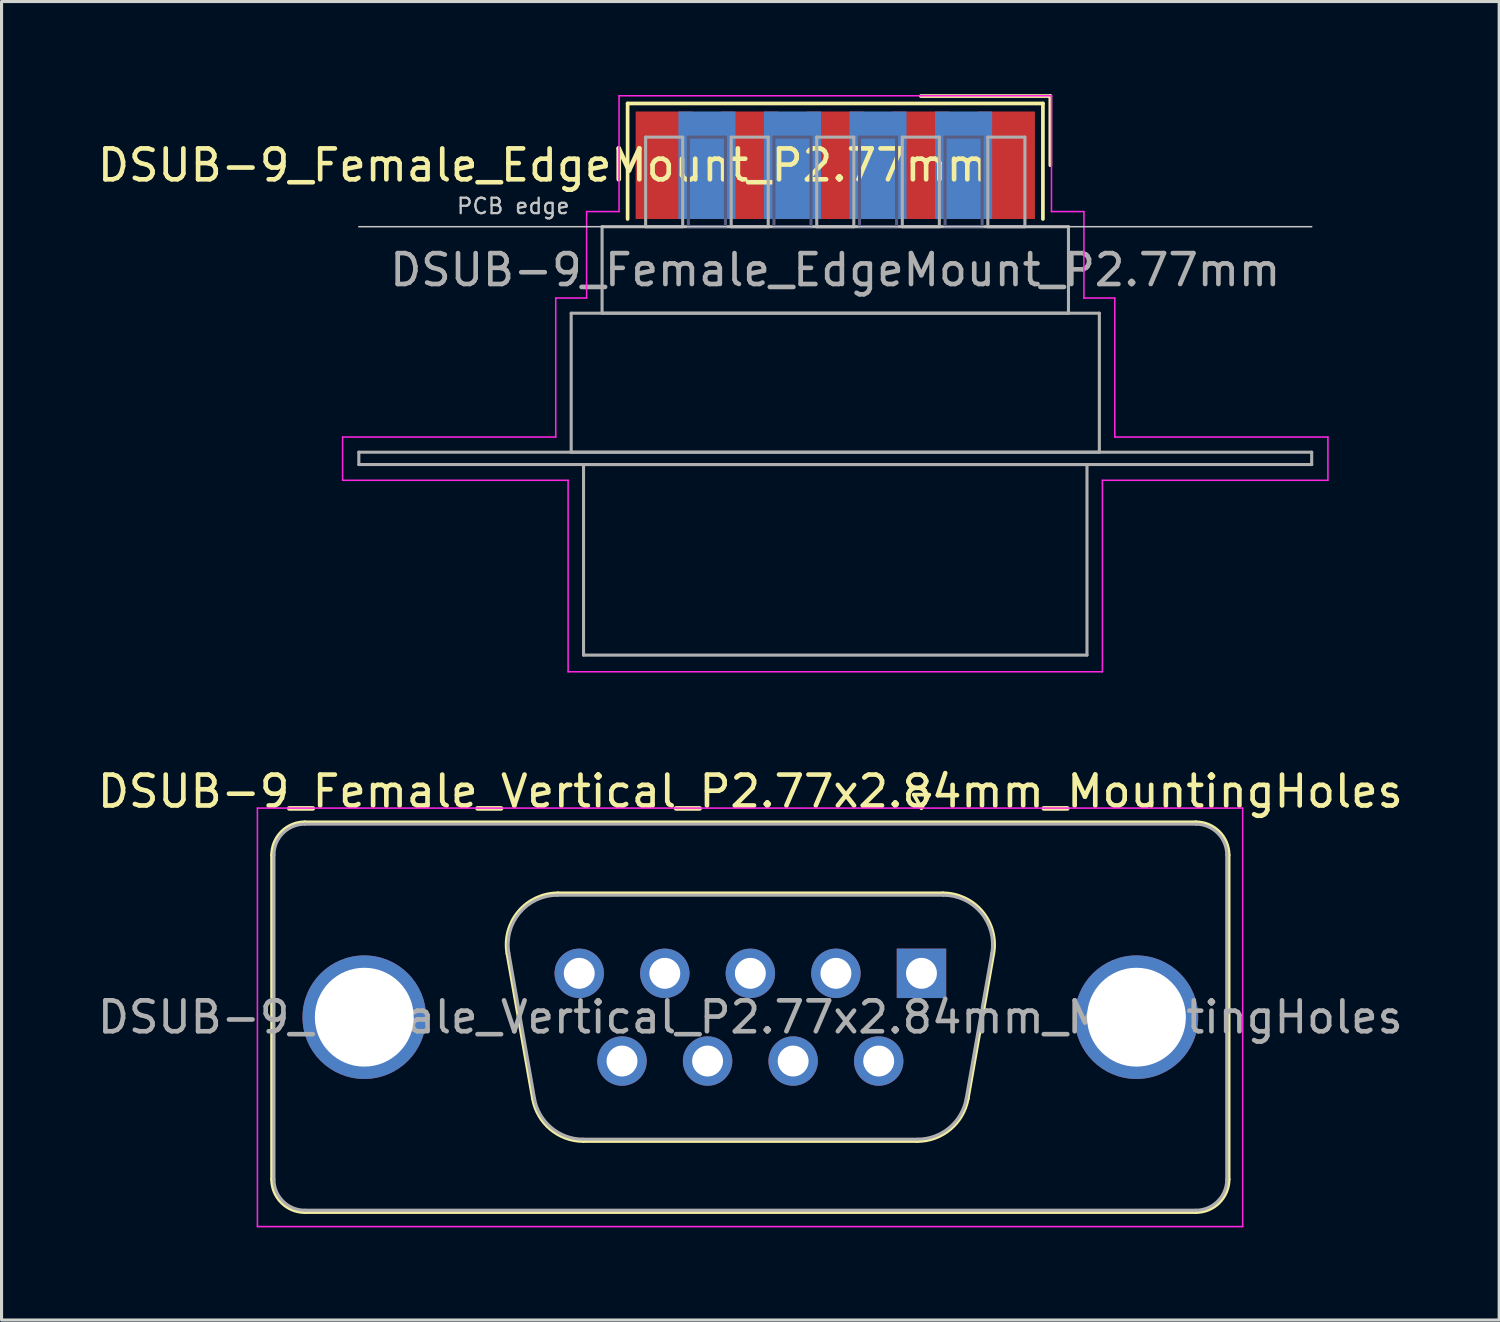
<source format=kicad_pcb>
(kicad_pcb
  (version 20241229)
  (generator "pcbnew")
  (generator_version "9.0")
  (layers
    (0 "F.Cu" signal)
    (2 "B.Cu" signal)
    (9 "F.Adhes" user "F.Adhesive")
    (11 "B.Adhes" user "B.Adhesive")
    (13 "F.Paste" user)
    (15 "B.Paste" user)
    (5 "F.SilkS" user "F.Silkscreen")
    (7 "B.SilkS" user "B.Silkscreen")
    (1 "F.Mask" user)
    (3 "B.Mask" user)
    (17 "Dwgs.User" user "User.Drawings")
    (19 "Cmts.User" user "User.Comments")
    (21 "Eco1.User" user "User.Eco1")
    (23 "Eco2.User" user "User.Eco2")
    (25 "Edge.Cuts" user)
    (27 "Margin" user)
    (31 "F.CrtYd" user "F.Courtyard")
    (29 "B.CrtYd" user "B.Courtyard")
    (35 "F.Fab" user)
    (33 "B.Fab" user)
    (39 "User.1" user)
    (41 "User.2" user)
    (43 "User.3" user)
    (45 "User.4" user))
  (footprint "DSUB-9_Female_EdgeMount_P2.77mm"
    (layer "F.Cu")
    (at 23.993 2.3)
    (property "Reference" "DSUB-9_Female_EdgeMount_P2.77mm" (at -9.463 0 180) (layer "F.SilkS") (effects (font (size 1 1) (thickness 0.15))))
    (attr smd)
    (fp_line (start -6.723 -2) (end -6.723 1.74) (stroke (width 0.12) (type solid)) (layer "F.SilkS"))
    (fp_line (start 6.723 -2) (end -6.723 -2) (stroke (width 0.12) (type solid)) (layer "F.SilkS"))
    (fp_line (start 6.723 1.74) (end 6.723 -2) (stroke (width 0.12) (type solid)) (layer "F.SilkS"))
    (fp_line (start 6.963 -2.24) (end 2.77 -2.24) (stroke (width 0.12) (type solid)) (layer "F.SilkS"))
    (fp_line (start 6.963 0) (end 6.963 -2.24) (stroke (width 0.12) (type solid)) (layer "F.SilkS"))
    (fp_line (start -15.425 1.99) (end 15.425 1.99) (stroke (width 0.05) (type solid)) (layer "Dwgs.User"))
    (fp_line (start -15.95 8.8) (end -9.05 8.8) (stroke (width 0.05) (type solid)) (layer "F.CrtYd"))
    (fp_line (start -15.95 10.2) (end -15.95 8.8) (stroke (width 0.05) (type solid)) (layer "F.CrtYd"))
    (fp_line (start -9.05 4.3) (end -8.05 4.3) (stroke (width 0.05) (type solid)) (layer "F.CrtYd"))
    (fp_line (start -9.05 8.8) (end -9.05 4.3) (stroke (width 0.05) (type solid)) (layer "F.CrtYd"))
    (fp_line (start -8.65 10.2) (end -15.95 10.2) (stroke (width 0.05) (type solid)) (layer "F.CrtYd"))
    (fp_line (start -8.65 16.4) (end -8.65 10.2) (stroke (width 0.05) (type solid)) (layer "F.CrtYd"))
    (fp_line (start -8.05 1.5) (end -7 1.5) (stroke (width 0.05) (type solid)) (layer "F.CrtYd"))
    (fp_line (start -8.05 4.3) (end -8.05 1.5) (stroke (width 0.05) (type solid)) (layer "F.CrtYd"))
    (fp_line (start -7 -2.25) (end 7 -2.25) (stroke (width 0.05) (type solid)) (layer "F.CrtYd"))
    (fp_line (start -7 1.5) (end -7 -2.25) (stroke (width 0.05) (type solid)) (layer "F.CrtYd"))
    (fp_line (start 7 -2.25) (end 7 1.5) (stroke (width 0.05) (type solid)) (layer "F.CrtYd"))
    (fp_line (start 7 1.5) (end 8.05 1.5) (stroke (width 0.05) (type solid)) (layer "F.CrtYd"))
    (fp_line (start 8.05 1.5) (end 8.05 4.3) (stroke (width 0.05) (type solid)) (layer "F.CrtYd"))
    (fp_line (start 8.05 4.3) (end 9.05 4.3) (stroke (width 0.05) (type solid)) (layer "F.CrtYd"))
    (fp_line (start 8.65 10.2) (end 8.65 16.4) (stroke (width 0.05) (type solid)) (layer "F.CrtYd"))
    (fp_line (start 8.65 16.4) (end -8.65 16.4) (stroke (width 0.05) (type solid)) (layer "F.CrtYd"))
    (fp_line (start 9.05 4.3) (end 9.05 8.8) (stroke (width 0.05) (type solid)) (layer "F.CrtYd"))
    (fp_line (start 9.05 8.8) (end 15.95 8.8) (stroke (width 0.05) (type solid)) (layer "F.CrtYd"))
    (fp_line (start 15.95 8.8) (end 15.95 10.2) (stroke (width 0.05) (type solid)) (layer "F.CrtYd"))
    (fp_line (start 15.95 10.2) (end 8.65 10.2) (stroke (width 0.05) (type solid)) (layer "F.CrtYd"))
    (fp_line (start -4.755 -0.91) (end -4.755 1.99) (stroke (width 0.1) (type solid)) (layer "B.Fab"))
    (fp_line (start -4.755 1.99) (end -3.555 1.99) (stroke (width 0.1) (type solid)) (layer "B.Fab"))
    (fp_line (start -3.555 -0.91) (end -4.755 -0.91) (stroke (width 0.1) (type solid)) (layer "B.Fab"))
    (fp_line (start -3.555 1.99) (end -3.555 -0.91) (stroke (width 0.1) (type solid)) (layer "B.Fab"))
    (fp_line (start -1.985 -0.91) (end -1.985 1.99) (stroke (width 0.1) (type solid)) (layer "B.Fab"))
    (fp_line (start -1.985 1.99) (end -0.785 1.99) (stroke (width 0.1) (type solid)) (layer "B.Fab"))
    (fp_line (start -0.785 -0.91) (end -1.985 -0.91) (stroke (width 0.1) (type solid)) (layer "B.Fab"))
    (fp_line (start -0.785 1.99) (end -0.785 -0.91) (stroke (width 0.1) (type solid)) (layer "B.Fab"))
    (fp_line (start 0.785 -0.91) (end 0.785 1.99) (stroke (width 0.1) (type solid)) (layer "B.Fab"))
    (fp_line (start 0.785 1.99) (end 1.985 1.99) (stroke (width 0.1) (type solid)) (layer "B.Fab"))
    (fp_line (start 1.985 -0.91) (end 0.785 -0.91) (stroke (width 0.1) (type solid)) (layer "B.Fab"))
    (fp_line (start 1.985 1.99) (end 1.985 -0.91) (stroke (width 0.1) (type solid)) (layer "B.Fab"))
    (fp_line (start 3.555 -0.91) (end 3.555 1.99) (stroke (width 0.1) (type solid)) (layer "B.Fab"))
    (fp_line (start 3.555 1.99) (end 4.755 1.99) (stroke (width 0.1) (type solid)) (layer "B.Fab"))
    (fp_line (start 4.755 -0.91) (end 3.555 -0.91) (stroke (width 0.1) (type solid)) (layer "B.Fab"))
    (fp_line (start 4.755 1.99) (end 4.755 -0.91) (stroke (width 0.1) (type solid)) (layer "B.Fab"))
    (fp_line (start -15.425 9.29) (end -15.425 9.69) (stroke (width 0.1) (type solid)) (layer "F.Fab"))
    (fp_line (start -15.425 9.69) (end 15.425 9.69) (stroke (width 0.1) (type solid)) (layer "F.Fab"))
    (fp_line (start -8.55 4.79) (end -8.55 9.29) (stroke (width 0.1) (type solid)) (layer "F.Fab"))
    (fp_line (start -8.55 9.29) (end 8.55 9.29) (stroke (width 0.1) (type solid)) (layer "F.Fab"))
    (fp_line (start -8.15 9.69) (end -8.15 15.86) (stroke (width 0.1) (type solid)) (layer "F.Fab"))
    (fp_line (start -8.15 15.86) (end 8.15 15.86) (stroke (width 0.1) (type solid)) (layer "F.Fab"))
    (fp_line (start -7.55 1.99) (end -7.55 4.79) (stroke (width 0.1) (type solid)) (layer "F.Fab"))
    (fp_line (start -7.55 4.79) (end 7.55 4.79) (stroke (width 0.1) (type solid)) (layer "F.Fab"))
    (fp_line (start -6.14 -0.91) (end -6.14 1.99) (stroke (width 0.1) (type solid)) (layer "F.Fab"))
    (fp_line (start -6.14 1.99) (end -4.94 1.99) (stroke (width 0.1) (type solid)) (layer "F.Fab"))
    (fp_line (start -4.94 -0.91) (end -6.14 -0.91) (stroke (width 0.1) (type solid)) (layer "F.Fab"))
    (fp_line (start -4.94 1.99) (end -4.94 -0.91) (stroke (width 0.1) (type solid)) (layer "F.Fab"))
    (fp_line (start -3.37 -0.91) (end -3.37 1.99) (stroke (width 0.1) (type solid)) (layer "F.Fab"))
    (fp_line (start -3.37 1.99) (end -2.17 1.99) (stroke (width 0.1) (type solid)) (layer "F.Fab"))
    (fp_line (start -2.17 -0.91) (end -3.37 -0.91) (stroke (width 0.1) (type solid)) (layer "F.Fab"))
    (fp_line (start -2.17 1.99) (end -2.17 -0.91) (stroke (width 0.1) (type solid)) (layer "F.Fab"))
    (fp_line (start -0.6 -0.91) (end -0.6 1.99) (stroke (width 0.1) (type solid)) (layer "F.Fab"))
    (fp_line (start -0.6 1.99) (end 0.6 1.99) (stroke (width 0.1) (type solid)) (layer "F.Fab"))
    (fp_line (start 0.6 -0.91) (end -0.6 -0.91) (stroke (width 0.1) (type solid)) (layer "F.Fab"))
    (fp_line (start 0.6 1.99) (end 0.6 -0.91) (stroke (width 0.1) (type solid)) (layer "F.Fab"))
    (fp_line (start 2.17 -0.91) (end 2.17 1.99) (stroke (width 0.1) (type solid)) (layer "F.Fab"))
    (fp_line (start 2.17 1.99) (end 3.37 1.99) (stroke (width 0.1) (type solid)) (layer "F.Fab"))
    (fp_line (start 3.37 -0.91) (end 2.17 -0.91) (stroke (width 0.1) (type solid)) (layer "F.Fab"))
    (fp_line (start 3.37 1.99) (end 3.37 -0.91) (stroke (width 0.1) (type solid)) (layer "F.Fab"))
    (fp_line (start 4.94 -0.91) (end 4.94 1.99) (stroke (width 0.1) (type solid)) (layer "F.Fab"))
    (fp_line (start 4.94 1.99) (end 6.14 1.99) (stroke (width 0.1) (type solid)) (layer "F.Fab"))
    (fp_line (start 6.14 -0.91) (end 4.94 -0.91) (stroke (width 0.1) (type solid)) (layer "F.Fab"))
    (fp_line (start 6.14 1.99) (end 6.14 -0.91) (stroke (width 0.1) (type solid)) (layer "F.Fab"))
    (fp_line (start 7.55 1.99) (end -7.55 1.99) (stroke (width 0.1) (type solid)) (layer "F.Fab"))
    (fp_line (start 7.55 4.79) (end 7.55 1.99) (stroke (width 0.1) (type solid)) (layer "F.Fab"))
    (fp_line (start 8.15 9.69) (end -8.15 9.69) (stroke (width 0.1) (type solid)) (layer "F.Fab"))
    (fp_line (start 8.15 15.86) (end 8.15 9.69) (stroke (width 0.1) (type solid)) (layer "F.Fab"))
    (fp_line (start 8.55 4.79) (end -8.55 4.79) (stroke (width 0.1) (type solid)) (layer "F.Fab"))
    (fp_line (start 8.55 9.29) (end 8.55 4.79) (stroke (width 0.1) (type solid)) (layer "F.Fab"))
    (fp_line (start 15.425 9.29) (end -15.425 9.29) (stroke (width 0.1) (type solid)) (layer "F.Fab"))
    (fp_line (start 15.425 9.69) (end 15.425 9.29) (stroke (width 0.1) (type solid)) (layer "F.Fab"))
    (fp_text user "PCB edge" (at -10.425 1.323 180) (layer "Dwgs.User") (effects (font (size 0.5 0.5) (thickness 0.075))))
    (fp_text user "${REFERENCE}" (at 0 3.39 180) (layer "F.Fab") (effects (font (size 1 1) (thickness 0.15))))
    (pad "1" smd rect (at 5.54 0) (size 1.847 3.48) (layers "F.Cu" "F.Mask" "F.Paste"))
    (pad "2" smd rect (at 2.77 0) (size 1.847 3.48) (layers "F.Cu" "F.Mask" "F.Paste"))
    (pad "3" smd rect (at 0 0) (size 1.847 3.48) (layers "F.Cu" "F.Mask" "F.Paste"))
    (pad "4" smd rect (at -2.77 0) (size 1.847 3.48) (layers "F.Cu" "F.Mask" "F.Paste"))
    (pad "5" smd rect (at -5.54 0) (size 1.847 3.48) (layers "F.Cu" "F.Mask" "F.Paste"))
    (pad "6" smd rect (at 4.155 0) (size 1.847 3.48) (layers "B.Cu" "B.Mask" "B.Paste"))
    (pad "7" smd rect (at 1.385 0) (size 1.847 3.48) (layers "B.Cu" "B.Mask" "B.Paste"))
    (pad "8" smd rect (at -1.385 0) (size 1.847 3.48) (layers "B.Cu" "B.Mask" "B.Paste"))
    (pad "9" smd rect (at -4.155 0) (size 1.847 3.48) (layers "B.Cu" "B.Mask" "B.Paste")))
  (footprint "DSUB-9_Female_Vertical_P2.77x2.84mm_MountingHoles"
    (layer "F.Cu")
    (at 26.784 28.463)
    (property "Reference" "DSUB-9_Female_Vertical_P2.77x2.84mm_MountingHoles" (at -5.54 -5.89 0) (layer "F.SilkS") (effects (font (size 1 1) (thickness 0.15))))
    (attr through_hole)
    (fp_line (start -21.025 6.67) (end -21.025 -3.83) (stroke (width 0.12) (type solid)) (layer "F.SilkS"))
    (fp_line (start -19.965 -4.89) (end 8.885 -4.89) (stroke (width 0.12) (type solid)) (layer "F.SilkS"))
    (fp_line (start -13.406 -0.642) (end -12.578 4.058) (stroke (width 0.12) (type solid)) (layer "F.SilkS"))
    (fp_line (start -11.772 -2.59) (end 0.692 -2.59) (stroke (width 0.12) (type solid)) (layer "F.SilkS"))
    (fp_line (start -10.943 5.43) (end -0.137 5.43) (stroke (width 0.12) (type solid)) (layer "F.SilkS"))
    (fp_line (start -0.25 -5.784) (end 0.25 -5.784) (stroke (width 0.12) (type solid)) (layer "F.SilkS"))
    (fp_line (start 0 -5.351) (end -0.25 -5.784) (stroke (width 0.12) (type solid)) (layer "F.SilkS"))
    (fp_line (start 0.25 -5.784) (end 0 -5.351) (stroke (width 0.12) (type solid)) (layer "F.SilkS"))
    (fp_line (start 2.326 -0.642) (end 1.498 4.058) (stroke (width 0.12) (type solid)) (layer "F.SilkS"))
    (fp_line (start 8.885 7.73) (end -19.965 7.73) (stroke (width 0.12) (type solid)) (layer "F.SilkS"))
    (fp_line (start 9.945 -3.83) (end 9.945 6.67) (stroke (width 0.12) (type solid)) (layer "F.SilkS"))
    (fp_arc (start -21.025 -3.83) (mid -20.714533 -4.579533) (end -19.965 -4.89) (stroke (width 0.12) (type solid)) (layer "F.SilkS"))
    (fp_arc (start -19.965 7.73) (mid -20.714533 7.419533) (end -21.025 6.67) (stroke (width 0.12) (type solid)) (layer "F.SilkS"))
    (fp_arc (start -13.40647 -0.641744) (mid -13.043323 -1.997028) (end -11.771689 -2.59) (stroke (width 0.12) (type solid)) (layer "F.SilkS"))
    (fp_arc (start -10.942952 5.43) (mid -12.009979 5.041634) (end -12.577733 4.058256) (stroke (width 0.12) (type solid)) (layer "F.SilkS"))
    (fp_arc (start 0.691689 -2.59) (mid 1.963323 -1.997027) (end 2.32647 -0.641744) (stroke (width 0.12) (type solid)) (layer "F.SilkS"))
    (fp_arc (start 1.497733 4.058256) (mid 0.92998 5.041634) (end -0.137048 5.43) (stroke (width 0.12) (type solid)) (layer "F.SilkS"))
    (fp_arc (start 8.885 -4.89) (mid 9.634533 -4.579533) (end 9.945 -3.83) (stroke (width 0.12) (type solid)) (layer "F.SilkS"))
    (fp_arc (start 9.945 6.67) (mid 9.634533 7.419533) (end 8.885 7.73) (stroke (width 0.12) (type solid)) (layer "F.SilkS"))
    (fp_line (start -21.5 -5.35) (end -21.5 8.2) (stroke (width 0.05) (type solid)) (layer "F.CrtYd"))
    (fp_line (start -21.5 8.2) (end 10.4 8.2) (stroke (width 0.05) (type solid)) (layer "F.CrtYd"))
    (fp_line (start 10.4 -5.35) (end -21.5 -5.35) (stroke (width 0.05) (type solid)) (layer "F.CrtYd"))
    (fp_line (start 10.4 8.2) (end 10.4 -5.35) (stroke (width 0.05) (type solid)) (layer "F.CrtYd"))
    (fp_line (start -20.965 6.67) (end -20.965 -3.83) (stroke (width 0.1) (type solid)) (layer "F.Fab"))
    (fp_line (start -19.965 -4.83) (end 8.885 -4.83) (stroke (width 0.1) (type solid)) (layer "F.Fab"))
    (fp_line (start -13.359 -0.652) (end -12.53 4.048) (stroke (width 0.1) (type solid)) (layer "F.Fab"))
    (fp_line (start -11.783 -2.53) (end 0.703 -2.53) (stroke (width 0.1) (type solid)) (layer "F.Fab"))
    (fp_line (start -10.954 5.37) (end -0.126 5.37) (stroke (width 0.1) (type solid)) (layer "F.Fab"))
    (fp_line (start 2.279 -0.652) (end 1.45 4.048) (stroke (width 0.1) (type solid)) (layer "F.Fab"))
    (fp_line (start 8.885 7.67) (end -19.965 7.67) (stroke (width 0.1) (type solid)) (layer "F.Fab"))
    (fp_line (start 9.885 -3.83) (end 9.885 6.67) (stroke (width 0.1) (type solid)) (layer "F.Fab"))
    (fp_arc (start -20.965 -3.83) (mid -20.672107 -4.537107) (end -19.965 -4.83) (stroke (width 0.1) (type solid)) (layer "F.Fab"))
    (fp_arc (start -19.965 7.67) (mid -20.672107 7.377107) (end -20.965 6.67) (stroke (width 0.1) (type solid)) (layer "F.Fab"))
    (fp_arc (start -13.358886 -0.652163) (mid -13.008865 -1.95846) (end -11.783194 -2.53) (stroke (width 0.1) (type solid)) (layer "F.Fab"))
    (fp_arc (start -10.954457 5.37) (mid -11.982917 4.995671) (end -12.530149 4.047837) (stroke (width 0.1) (type solid)) (layer "F.Fab"))
    (fp_arc (start 0.703194 -2.53) (mid 1.928865 -1.95846) (end 2.278886 -0.652163) (stroke (width 0.1) (type solid)) (layer "F.Fab"))
    (fp_arc (start 1.450149 4.047837) (mid 0.902917 4.995671) (end -0.125543 5.37) (stroke (width 0.1) (type solid)) (layer "F.Fab"))
    (fp_arc (start 8.885 -4.83) (mid 9.592107 -4.537107) (end 9.885 -3.83) (stroke (width 0.1) (type solid)) (layer "F.Fab"))
    (fp_arc (start 9.885 6.67) (mid 9.592107 7.377107) (end 8.885 7.67) (stroke (width 0.1) (type solid)) (layer "F.Fab"))
    (fp_text user "${REFERENCE}" (at -5.54 1.42 0) (layer "F.Fab") (effects (font (size 1 1) (thickness 0.15))))
    (pad "0" thru_hole circle (at -18.04 1.42) (size 4 4) (drill 3.2) (layers "*.Cu" "*.Mask"))
    (pad "0" thru_hole circle (at 6.96 1.42) (size 4 4) (drill 3.2) (layers "*.Cu" "*.Mask"))
    (pad "1" thru_hole rect (at 0 0) (size 1.6 1.6) (drill 1) (layers "*.Cu" "*.Mask"))
    (pad "2" thru_hole circle (at -2.77 0) (size 1.6 1.6) (drill 1) (layers "*.Cu" "*.Mask"))
    (pad "3" thru_hole circle (at -5.54 0) (size 1.6 1.6) (drill 1) (layers "*.Cu" "*.Mask"))
    (pad "4" thru_hole circle (at -8.31 0) (size 1.6 1.6) (drill 1) (layers "*.Cu" "*.Mask"))
    (pad "5" thru_hole circle (at -11.08 0) (size 1.6 1.6) (drill 1) (layers "*.Cu" "*.Mask"))
    (pad "6" thru_hole circle (at -1.385 2.84) (size 1.6 1.6) (drill 1) (layers "*.Cu" "*.Mask"))
    (pad "7" thru_hole circle (at -4.155 2.84) (size 1.6 1.6) (drill 1) (layers "*.Cu" "*.Mask"))
    (pad "8" thru_hole circle (at -6.925 2.84) (size 1.6 1.6) (drill 1) (layers "*.Cu" "*.Mask"))
    (pad "9" thru_hole circle (at -9.695 2.84) (size 1.6 1.6) (drill 1) (layers "*.Cu" "*.Mask")))
  (gr_rect
    (start -3 -3)
    (end 45.488 39.688)
    (stroke (width 0.1) (type default))
    (fill no)
    (layer "Edge.Cuts")))
</source>
